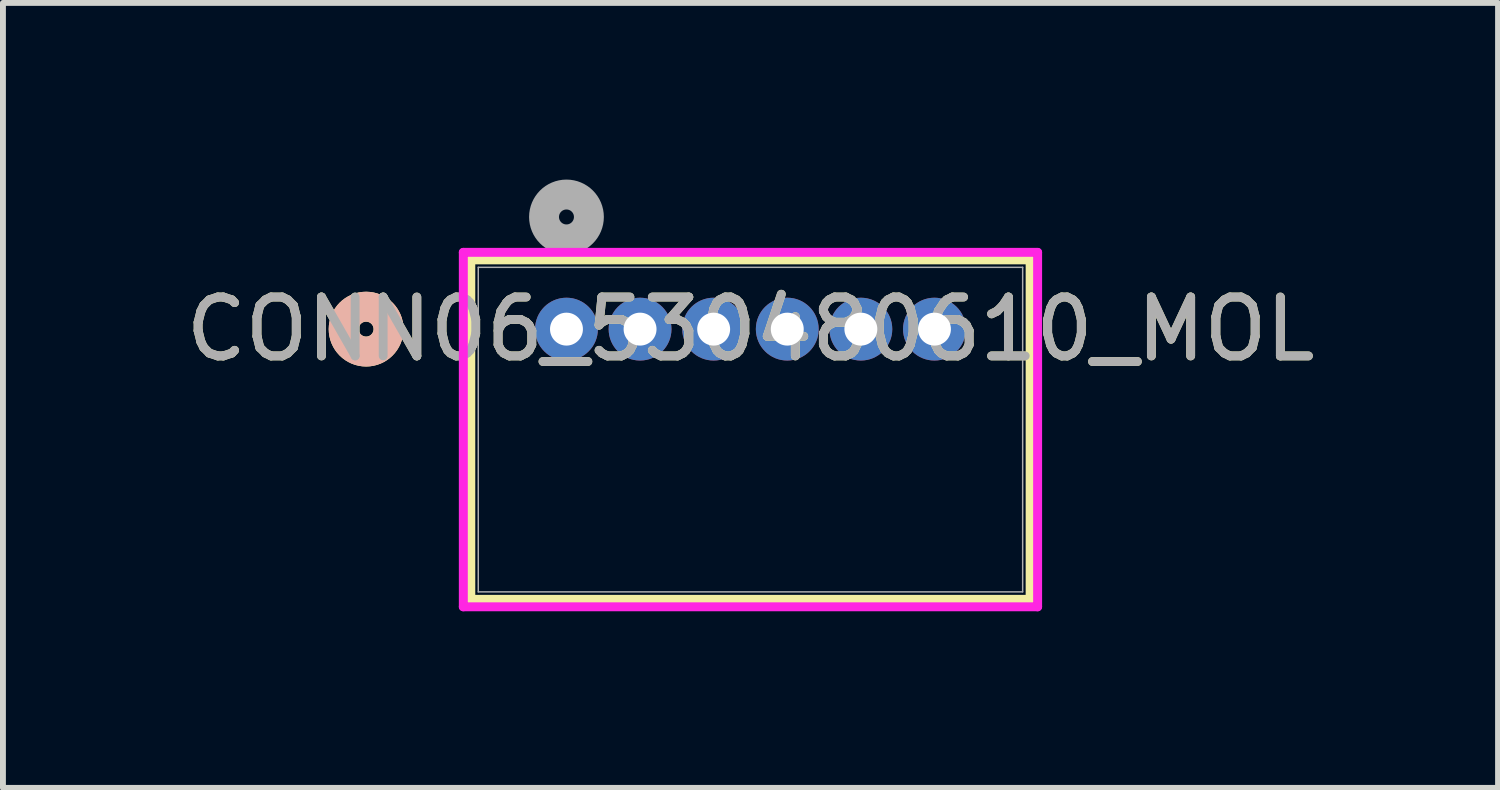
<source format=kicad_pcb>
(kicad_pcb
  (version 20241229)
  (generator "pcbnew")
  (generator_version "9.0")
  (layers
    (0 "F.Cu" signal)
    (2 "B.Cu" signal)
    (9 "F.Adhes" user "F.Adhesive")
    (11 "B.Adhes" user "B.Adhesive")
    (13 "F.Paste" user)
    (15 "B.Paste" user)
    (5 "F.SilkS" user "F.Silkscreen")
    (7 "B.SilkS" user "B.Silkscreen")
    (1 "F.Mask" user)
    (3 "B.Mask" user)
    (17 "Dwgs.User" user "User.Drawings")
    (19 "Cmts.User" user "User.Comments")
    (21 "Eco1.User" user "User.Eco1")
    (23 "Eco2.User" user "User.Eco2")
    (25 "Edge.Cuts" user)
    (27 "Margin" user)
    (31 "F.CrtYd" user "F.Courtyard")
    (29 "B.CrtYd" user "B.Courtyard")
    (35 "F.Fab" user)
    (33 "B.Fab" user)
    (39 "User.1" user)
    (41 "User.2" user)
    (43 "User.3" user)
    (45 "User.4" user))
  (footprint "CONN06_530480610_MOL"
    (layer "F.Cu")
    (at 6.571 2.54)
    (property "Reference" "CONN06_530480610_MOL" (at 3.125 0 0) (unlocked yes) (layer "F.SilkS") (effects (font (size 1 1) (thickness 0.15))))
    (attr through_hole)
    (fp_line (start -1.625 -1.177) (end -1.625 4.589) (stroke (width 0.152) (type solid)) (layer "F.SilkS"))
    (fp_line (start -1.625 4.589) (end 7.875 4.589) (stroke (width 0.152) (type solid)) (layer "F.SilkS"))
    (fp_line (start 7.875 -1.177) (end -1.625 -1.177) (stroke (width 0.152) (type solid)) (layer "F.SilkS"))
    (fp_line (start 7.875 4.589) (end 7.875 -1.177) (stroke (width 0.152) (type solid)) (layer "F.SilkS"))
    (fp_circle (center -3.403 0) (end -3.022 0) (stroke (width 0.508) (type solid)) (fill no) (layer "F.SilkS"))
    (fp_circle (center -3.403 0) (end -3.022 0) (stroke (width 0.508) (type solid)) (fill no) (layer "B.SilkS"))
    (fp_line (start -1.752 -1.304) (end -1.752 4.716) (stroke (width 0.152) (type solid)) (layer "F.CrtYd"))
    (fp_line (start -1.752 4.716) (end 8.002 4.716) (stroke (width 0.152) (type solid)) (layer "F.CrtYd"))
    (fp_line (start 8.002 -1.304) (end -1.752 -1.304) (stroke (width 0.152) (type solid)) (layer "F.CrtYd"))
    (fp_line (start 8.002 4.716) (end 8.002 -1.304) (stroke (width 0.152) (type solid)) (layer "F.CrtYd"))
    (fp_line (start -1.498 -1.05) (end -1.498 4.462) (stroke (width 0.025) (type solid)) (layer "F.Fab"))
    (fp_line (start -1.498 4.462) (end 7.748 4.462) (stroke (width 0.025) (type solid)) (layer "F.Fab"))
    (fp_line (start 7.748 -1.05) (end -1.498 -1.05) (stroke (width 0.025) (type solid)) (layer "F.Fab"))
    (fp_line (start 7.748 4.462) (end 7.748 -1.05) (stroke (width 0.025) (type solid)) (layer "F.Fab"))
    (fp_circle (center 0 -1.905) (end 0.381 -1.905) (stroke (width 0.508) (type solid)) (fill no) (layer "F.Fab"))
    (fp_text user "${REFERENCE}" (at 3.125 0 0) (unlocked yes) (layer "F.Fab") (effects (font (size 1 1) (thickness 0.15))))
    (pad "1" thru_hole circle (at 0 0) (size 1.067 1.067) (drill 0.559) (layers "*.Cu" "*.Mask"))
    (pad "2" thru_hole circle (at 1.25 0) (size 1.067 1.067) (drill 0.559) (layers "*.Cu" "*.Mask"))
    (pad "3" thru_hole circle (at 2.5 0) (size 1.067 1.067) (drill 0.559) (layers "*.Cu" "*.Mask"))
    (pad "4" thru_hole circle (at 3.75 0) (size 1.067 1.067) (drill 0.559) (layers "*.Cu" "*.Mask"))
    (pad "5" thru_hole circle (at 5 0) (size 1.067 1.067) (drill 0.559) (layers "*.Cu" "*.Mask"))
    (pad "6" thru_hole circle (at 6.25 0) (size 1.067 1.067) (drill 0.559) (layers "*.Cu" "*.Mask")))
  (gr_rect
    (start -3 -3)
    (end 22.393 10.332)
    (stroke (width 0.1) (type default))
    (fill no)
    (layer "Edge.Cuts")))
</source>
